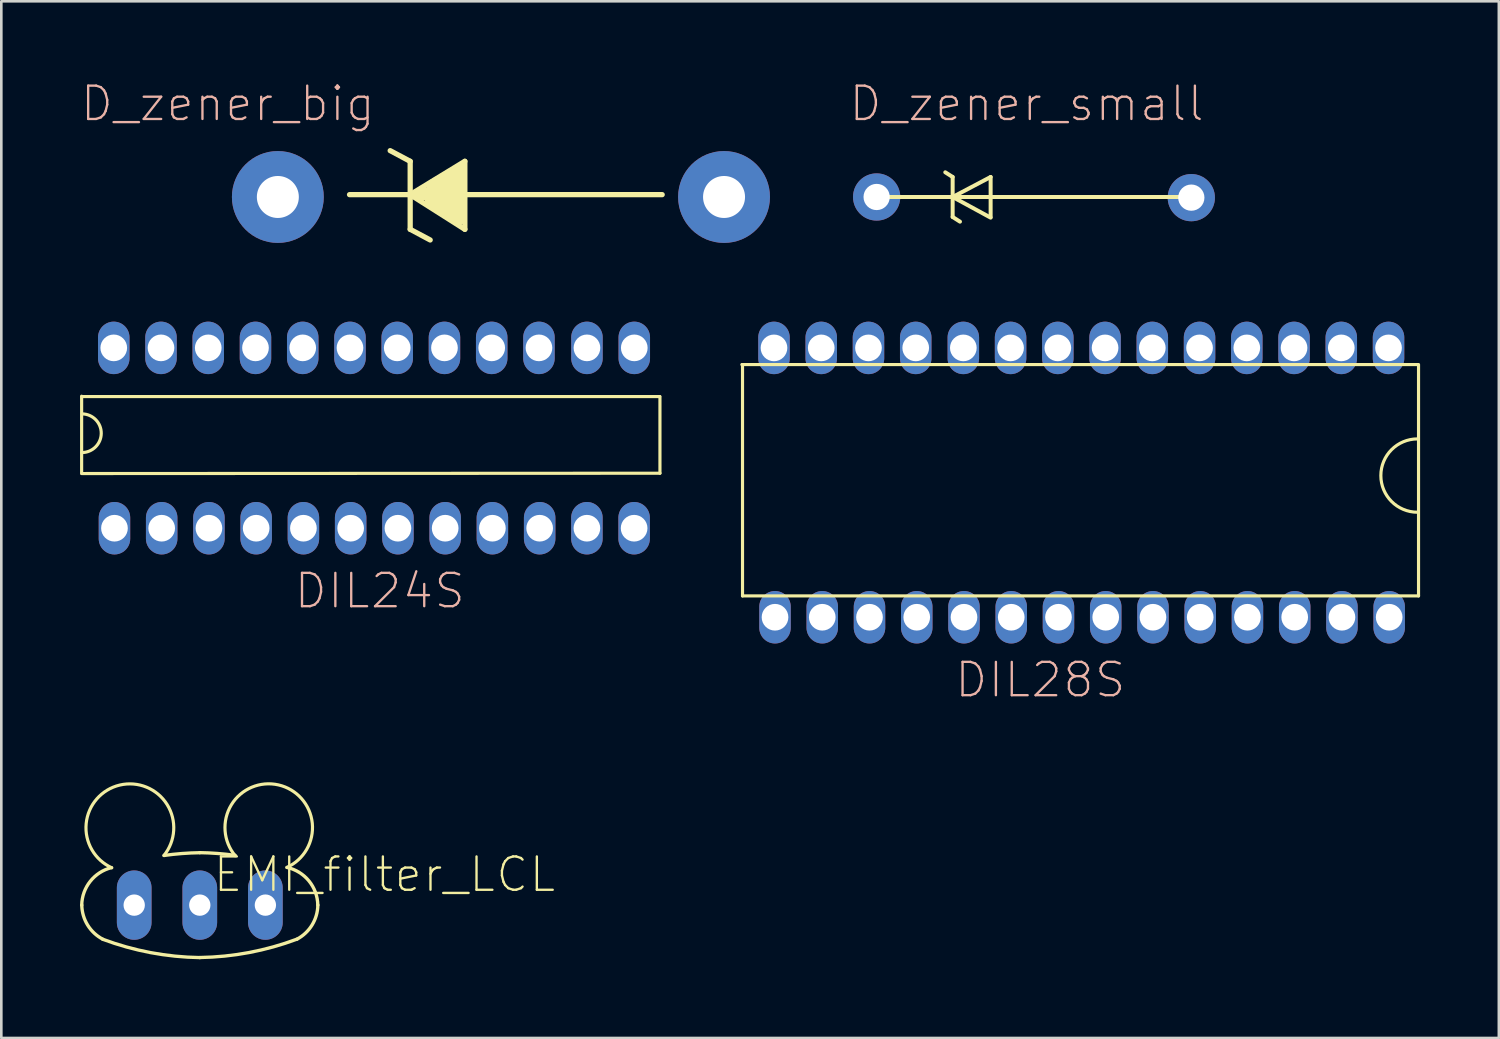
<source format=kicad_pcb>
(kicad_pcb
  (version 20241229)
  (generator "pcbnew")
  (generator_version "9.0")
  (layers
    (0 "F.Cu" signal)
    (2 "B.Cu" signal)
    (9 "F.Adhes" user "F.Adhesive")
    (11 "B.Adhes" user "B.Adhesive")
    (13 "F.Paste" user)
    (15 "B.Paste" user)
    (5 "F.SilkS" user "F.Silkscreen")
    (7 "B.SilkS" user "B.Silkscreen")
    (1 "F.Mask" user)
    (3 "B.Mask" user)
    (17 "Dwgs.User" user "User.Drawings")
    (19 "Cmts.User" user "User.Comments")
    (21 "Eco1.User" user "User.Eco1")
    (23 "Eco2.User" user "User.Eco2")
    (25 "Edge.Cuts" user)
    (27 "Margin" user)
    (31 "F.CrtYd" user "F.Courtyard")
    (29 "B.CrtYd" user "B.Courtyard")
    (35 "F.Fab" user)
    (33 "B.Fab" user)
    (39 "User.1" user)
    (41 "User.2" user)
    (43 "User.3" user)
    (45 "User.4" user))
  (footprint "D_zener_small"
    (layer "F.Cu")
    (at 37.97 4.455)
    (property "Reference" "D_zener_small" (at -1.905 -3.556 180) (layer "B.SilkS") (effects (font (size 1.27 1.27) (thickness 0.089))))
    (attr exclude_from_pos_files exclude_from_bom)
    (fp_line (start -7.391 0) (end 4.521 0) (stroke (width 0.152) (type solid)) (layer "F.SilkS"))
    (fp_line (start -5.994 0) (end -4.724 0) (stroke (width 0.152) (type solid)) (layer "F.SilkS"))
    (fp_line (start -5.004 -0.94) (end -4.724 -0.762) (stroke (width 0.152) (type solid)) (layer "F.SilkS"))
    (fp_line (start -4.724 -0.762) (end -4.724 0.762) (stroke (width 0.152) (type solid)) (layer "F.SilkS"))
    (fp_line (start -4.724 0) (end -3.277 -0.762) (stroke (width 0.152) (type solid)) (layer "F.SilkS"))
    (fp_line (start -4.724 0.762) (end -4.445 0.94) (stroke (width 0.152) (type solid)) (layer "F.SilkS"))
    (fp_line (start -3.277 -0.762) (end -3.277 0.762) (stroke (width 0.152) (type solid)) (layer "F.SilkS"))
    (fp_line (start -3.277 0.787) (end -4.724 0) (stroke (width 0.152) (type solid)) (layer "F.SilkS"))
    (pad "1" thru_hole circle (at -7.62 0) (size 1.8 1.8) (drill 1) (layers "*.Cu" "*.Mask"))
    (pad "2" thru_hole circle (at 4.369 0.025) (size 1.8 1.8) (drill 1) (layers "*.Cu" "*.Mask")))
  (footprint "DIL28S"
    (layer "F.Cu")
    (at 49.878 20.543)
    (property "Reference" "DIL28S" (at -13.291 2.311 180) (layer "B.SilkS") (effects (font (size 1.27 1.27) (thickness 0.089))))
    (attr exclude_from_pos_files exclude_from_bom)
    (fp_line (start -24.663 -9.703) (end 1.092 -9.703) (stroke (width 0.12) (type solid)) (layer "F.SilkS"))
    (fp_line (start -24.638 -9.703) (end -24.638 -0.889) (stroke (width 0.12) (type solid)) (layer "F.SilkS"))
    (fp_line (start -24.638 -0.889) (end 1.118 -0.889) (stroke (width 0.12) (type solid)) (layer "F.SilkS"))
    (fp_line (start 1.118 -9.703) (end 1.118 -0.889) (stroke (width 0.12) (type solid)) (layer "F.SilkS"))
    (fp_arc (start 1.0795 -4.0767) (mid -0.3175 -5.4737) (end 1.0795 -6.8707) (stroke (width 0.12) (type solid)) (layer "F.SilkS"))
    (pad "1" thru_hole oval (at -23.4 -0.076) (size 1.2 2) (drill 1.016) (layers "*.Cu" "*.Mask"))
    (pad "2" thru_hole oval (at -21.6 -0.076) (size 1.2 2) (drill 1.016) (layers "*.Cu" "*.Mask"))
    (pad "3" thru_hole oval (at -19.8 -0.076) (size 1.2 2) (drill 1.016) (layers "*.Cu" "*.Mask"))
    (pad "4" thru_hole oval (at -18 -0.076) (size 1.2 2) (drill 1.016) (layers "*.Cu" "*.Mask"))
    (pad "5" thru_hole oval (at -16.2 -0.076) (size 1.2 2) (drill 1.016) (layers "*.Cu" "*.Mask"))
    (pad "6" thru_hole oval (at -14.4 -0.076) (size 1.2 2) (drill 1.016) (layers "*.Cu" "*.Mask"))
    (pad "7" thru_hole oval (at -12.6 -0.076) (size 1.2 2) (drill 1.016) (layers "*.Cu" "*.Mask"))
    (pad "8" thru_hole oval (at -10.8 -0.076) (size 1.2 2) (drill 1.016) (layers "*.Cu" "*.Mask"))
    (pad "9" thru_hole oval (at -9 -0.076) (size 1.2 2) (drill 1.016) (layers "*.Cu" "*.Mask"))
    (pad "10" thru_hole oval (at -7.2 -0.076) (size 1.2 2) (drill 1.016) (layers "*.Cu" "*.Mask"))
    (pad "11" thru_hole oval (at -5.4 -0.076) (size 1.2 2) (drill 1.016) (layers "*.Cu" "*.Mask"))
    (pad "12" thru_hole oval (at -3.6 -0.076) (size 1.2 2) (drill 1.016) (layers "*.Cu" "*.Mask"))
    (pad "13" thru_hole oval (at -1.8 -0.076) (size 1.2 2) (drill 1.016) (layers "*.Cu" "*.Mask"))
    (pad "14" thru_hole oval (at 0 -0.076) (size 1.2 2) (drill 1.016) (layers "*.Cu" "*.Mask"))
    (pad "15" thru_hole oval (at -0.025 -10.338) (size 1.2 2) (drill 1.016) (layers "*.Cu" "*.Mask"))
    (pad "16" thru_hole oval (at -1.825 -10.338) (size 1.2 2) (drill 1.016) (layers "*.Cu" "*.Mask"))
    (pad "17" thru_hole oval (at -3.625 -10.338) (size 1.2 2) (drill 1.016) (layers "*.Cu" "*.Mask"))
    (pad "18" thru_hole oval (at -5.425 -10.338) (size 1.2 2) (drill 1.016) (layers "*.Cu" "*.Mask"))
    (pad "19" thru_hole oval (at -7.225 -10.338) (size 1.2 2) (drill 1.016) (layers "*.Cu" "*.Mask"))
    (pad "20" thru_hole oval (at -9.025 -10.338) (size 1.2 2) (drill 1.016) (layers "*.Cu" "*.Mask"))
    (pad "21" thru_hole oval (at -10.825 -10.338) (size 1.2 2) (drill 1.016) (layers "*.Cu" "*.Mask"))
    (pad "22" thru_hole oval (at -12.625 -10.338) (size 1.2 2) (drill 1.016) (layers "*.Cu" "*.Mask"))
    (pad "23" thru_hole oval (at -14.425 -10.338) (size 1.2 2) (drill 1.016) (layers "*.Cu" "*.Mask"))
    (pad "24" thru_hole oval (at -16.225 -10.338) (size 1.2 2) (drill 1.016) (layers "*.Cu" "*.Mask"))
    (pad "25" thru_hole oval (at -18.039 -10.338) (size 1.2 2) (drill 1.016) (layers "*.Cu" "*.Mask"))
    (pad "26" thru_hole oval (at -19.839 -10.338) (size 1.2 2) (drill 1.016) (layers "*.Cu" "*.Mask"))
    (pad "27" thru_hole oval (at -21.639 -10.338) (size 1.2 2) (drill 1.016) (layers "*.Cu" "*.Mask"))
    (pad "28" thru_hole oval (at -23.439 -10.338) (size 1.2 2) (drill 1.016) (layers "*.Cu" "*.Mask")))
  (footprint "DIL24S"
    (layer "F.Cu")
    (at 1.279 16.999)
    (property "Reference" "DIL24S" (at 10.141 2.464 0) (layer "B.SilkS") (effects (font (size 1.27 1.27) (thickness 0.089))))
    (attr exclude_from_pos_files exclude_from_bom)
    (fp_line (start -1.219 -4.953) (end -1.219 -2.007) (stroke (width 0.12) (type solid)) (layer "F.SilkS"))
    (fp_line (start -1.206 -4.94) (end 20.803 -4.94) (stroke (width 0.12) (type solid)) (layer "F.SilkS"))
    (fp_line (start -1.206 -2.007) (end 20.815 -2.019) (stroke (width 0.12) (type solid)) (layer "F.SilkS"))
    (fp_line (start 20.815 -4.94) (end 20.815 -2.019) (stroke (width 0.12) (type solid)) (layer "F.SilkS"))
    (fp_arc (start -1.191157 -4.27974) (mid -0.46994 -3.535628) (end -1.2065 -2.8067) (stroke (width 0.12) (type solid)) (layer "F.SilkS"))
    (pad "1" thru_hole oval (at 0.032 0.076) (size 1.2 2) (drill 1.016) (layers "*.Cu" "*.Mask"))
    (pad "2" thru_hole oval (at 1.831 0.076) (size 1.2 2) (drill 1.016) (layers "*.Cu" "*.Mask"))
    (pad "3" thru_hole oval (at 3.631 0.076) (size 1.2 2) (drill 1.016) (layers "*.Cu" "*.Mask"))
    (pad "4" thru_hole oval (at 5.431 0.076) (size 1.2 2) (drill 1.016) (layers "*.Cu" "*.Mask"))
    (pad "5" thru_hole oval (at 7.231 0.076) (size 1.2 2) (drill 1.016) (layers "*.Cu" "*.Mask"))
    (pad "6" thru_hole oval (at 9.031 0.076) (size 1.2 2) (drill 1.016) (layers "*.Cu" "*.Mask"))
    (pad "7" thru_hole oval (at 10.832 0.076) (size 1.2 2) (drill 1.016) (layers "*.Cu" "*.Mask"))
    (pad "8" thru_hole oval (at 12.632 0.076) (size 1.2 2) (drill 1.016) (layers "*.Cu" "*.Mask"))
    (pad "9" thru_hole oval (at 14.431 0.076) (size 1.2 2) (drill 1.016) (layers "*.Cu" "*.Mask"))
    (pad "10" thru_hole oval (at 16.232 0.076) (size 1.2 2) (drill 1.016) (layers "*.Cu" "*.Mask"))
    (pad "11" thru_hole oval (at 18.032 0.076) (size 1.2 2) (drill 1.016) (layers "*.Cu" "*.Mask"))
    (pad "12" thru_hole oval (at 19.831 0.076) (size 1.2 2) (drill 1.016) (layers "*.Cu" "*.Mask"))
    (pad "13" thru_hole oval (at 19.837 -6.795) (size 1.2 2) (drill 1.016) (layers "*.Cu" "*.Mask"))
    (pad "14" thru_hole oval (at 18.034 -6.795) (size 1.2 2) (drill 1.016) (layers "*.Cu" "*.Mask"))
    (pad "15" thru_hole oval (at 16.205 -6.795) (size 1.2 2) (drill 1.016) (layers "*.Cu" "*.Mask"))
    (pad "16" thru_hole oval (at 14.405 -6.795) (size 1.2 2) (drill 1.016) (layers "*.Cu" "*.Mask"))
    (pad "17" thru_hole oval (at 12.605 -6.795) (size 1.2 2) (drill 1.016) (layers "*.Cu" "*.Mask"))
    (pad "18" thru_hole oval (at 10.805 -6.795) (size 1.2 2) (drill 1.016) (layers "*.Cu" "*.Mask"))
    (pad "19" thru_hole oval (at 9.005 -6.795) (size 1.2 2) (drill 1.016) (layers "*.Cu" "*.Mask"))
    (pad "20" thru_hole oval (at 7.205 -6.795) (size 1.2 2) (drill 1.016) (layers "*.Cu" "*.Mask"))
    (pad "21" thru_hole oval (at 5.405 -6.795) (size 1.2 2) (drill 1.016) (layers "*.Cu" "*.Mask"))
    (pad "22" thru_hole oval (at 3.605 -6.795) (size 1.2 2) (drill 1.016) (layers "*.Cu" "*.Mask"))
    (pad "23" thru_hole oval (at 1.805 -6.795) (size 1.2 2) (drill 1.016) (layers "*.Cu" "*.Mask"))
    (pad "24" thru_hole oval (at 0.005 -6.795) (size 1.2 2) (drill 1.016) (layers "*.Cu" "*.Mask")))
  (footprint "EMI_filter_LCL"
    (layer "F.Cu")
    (at 4.562 31.435)
    (property "Reference" "EMI_filter_LCL" (at 7.036 -1.168 0) (layer "F.SilkS") (effects (font (size 1.27 1.27) (thickness 0.089))))
    (attr exclude_from_pos_files exclude_from_bom)
    (fp_arc (start -4.49834 0) (mid -4.174409 -0.905514) (end -3.366854 -1.42776) (stroke (width 0.127) (type solid)) (layer "F.SilkS"))
    (fp_arc (start -3.69824 1.29794) (mid -4.273919 0.759201) (end -4.49585 0.002635) (stroke (width 0.127) (type solid)) (layer "F.SilkS"))
    (fp_arc (start -3.3528 -1.4224) (mid -3.046915 -4.574414) (end -1.367935 -1.88931) (stroke (width 0.12) (type solid)) (layer "F.SilkS"))
    (fp_arc (start -1.3589 -1.8923) (mid -0.681644 -1.965604) (end -0.001148 -1.996836) (stroke (width 0.127) (type solid)) (layer "F.SilkS"))
    (fp_arc (start 0 -1.99898) (mid 0.674946 -1.968251) (end 1.346732 -1.89614) (stroke (width 0.127) (type solid)) (layer "F.SilkS"))
    (fp_arc (start 0 1.99898) (mid -1.879059 1.809046) (end -3.697927 1.300463) (stroke (width 0.127) (type solid)) (layer "F.SilkS"))
    (fp_arc (start 1.349293 -1.882195) (mid 2.99655 -4.579993) (end 3.3147 -1.4351) (stroke (width 0.12) (type solid)) (layer "F.SilkS"))
    (fp_arc (start 3.3274 -1.4351) (mid 4.159442 -0.920915) (end 4.496281 -0.002645) (stroke (width 0.127) (type solid)) (layer "F.SilkS"))
    (fp_arc (start 3.69824 1.29794) (mid 1.879799 1.806614) (end 0.001146 1.99671) (stroke (width 0.127) (type solid)) (layer "F.SilkS"))
    (fp_arc (start 4.49834 0) (mid 4.277403 0.758198) (end 3.70175 1.298847) (stroke (width 0.127) (type solid)) (layer "F.SilkS"))
    (pad "1" thru_hole oval (at -2.499 0) (size 1.321 2.642) (drill 0.813) (layers "*.Cu" "*.Paste" "*.Mask"))
    (pad "2" thru_hole oval (at 0 0) (size 1.321 2.642) (drill 0.813) (layers "*.Cu" "*.Paste" "*.Mask"))
    (pad "3" thru_hole oval (at 2.499 0) (size 1.321 2.642) (drill 0.813) (layers "*.Cu" "*.Paste" "*.Mask")))
  (footprint "D_zener_big"
    (layer "F.Cu")
    (at 7.536 4.455)
    (property "Reference" "D_zener_big" (at -1.905 -3.556 180) (layer "B.SilkS") (effects (font (size 1.27 1.27) (thickness 0.089))))
    (attr exclude_from_pos_files exclude_from_bom)
    (fp_line (start 2.731 -0.089) (end 14.643 -0.089) (stroke (width 0.2) (type solid)) (layer "F.SilkS"))
    (fp_line (start 5.042 -1.359) (end 4.28 -1.765) (stroke (width 0.2) (type solid)) (layer "F.SilkS"))
    (fp_line (start 5.042 -0.089) (end 7.125 -1.359) (stroke (width 0.2) (type solid)) (layer "F.SilkS"))
    (fp_line (start 5.042 1.232) (end 5.042 -1.359) (stroke (width 0.2) (type solid)) (layer "F.SilkS"))
    (fp_line (start 5.423 -0.114) (end 6.972 -0.114) (stroke (width 0.5) (type solid)) (layer "F.SilkS"))
    (fp_line (start 5.804 1.638) (end 5.042 1.232) (stroke (width 0.2) (type solid)) (layer "F.SilkS"))
    (fp_line (start 5.905 -0.419) (end 6.921 -1.003) (stroke (width 0.5) (type solid)) (layer "F.SilkS"))
    (fp_line (start 6.058 0.318) (end 6.083 -0.521) (stroke (width 0.5) (type solid)) (layer "F.SilkS"))
    (fp_line (start 6.464 0.572) (end 6.515 -0.775) (stroke (width 0.5) (type solid)) (layer "F.SilkS"))
    (fp_line (start 6.871 0.724) (end 5.855 0.14) (stroke (width 0.5) (type solid)) (layer "F.SilkS"))
    (fp_line (start 6.896 0.826) (end 6.921 -1.029) (stroke (width 0.5) (type solid)) (layer "F.SilkS"))
    (fp_line (start 7.125 -1.359) (end 7.125 1.232) (stroke (width 0.2) (type solid)) (layer "F.SilkS"))
    (fp_line (start 7.125 1.232) (end 5.042 -0.089) (stroke (width 0.2) (type solid)) (layer "F.SilkS"))
    (pad "1" thru_hole circle (at 0 0) (size 3.5 3.5) (drill 1.6) (layers "*.Cu" "*.Mask"))
    (pad "2" thru_hole circle (at 17 0) (size 3.5 3.5) (drill 1.6) (layers "*.Cu" "*.Mask")))
  (gr_rect
    (start -3 -3)
    (end 54.056 36.497)
    (stroke (width 0.1) (type default))
    (fill no)
    (layer "Edge.Cuts")))
</source>
